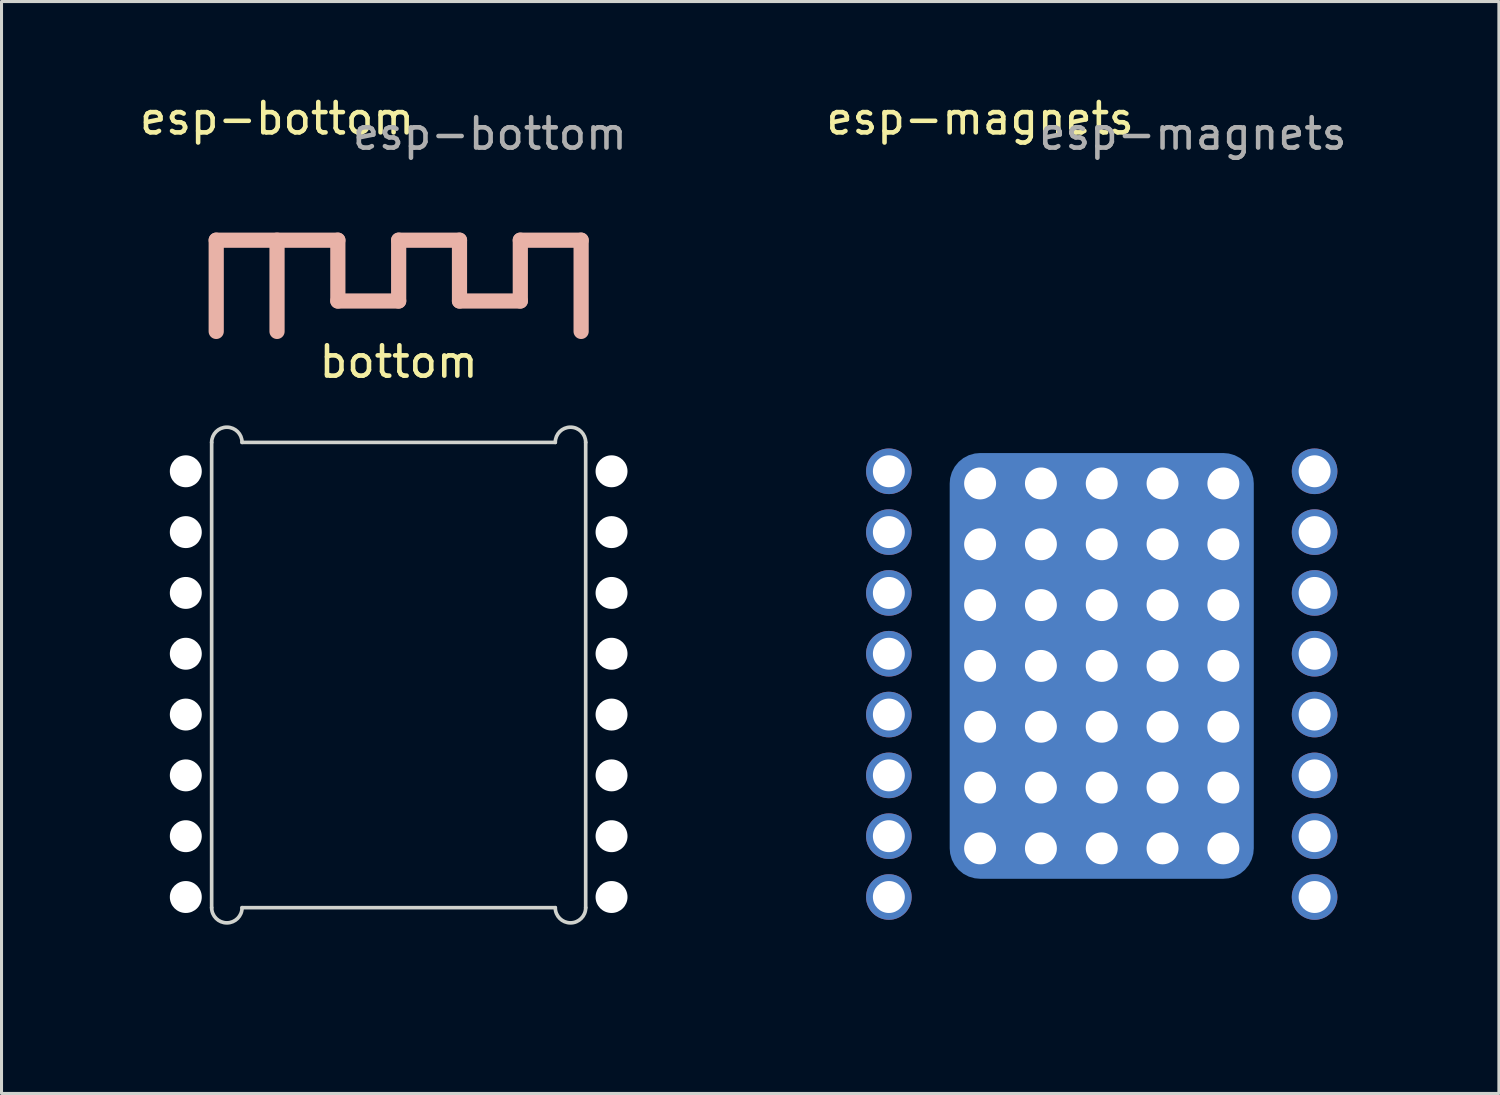
<source format=kicad_pcb>
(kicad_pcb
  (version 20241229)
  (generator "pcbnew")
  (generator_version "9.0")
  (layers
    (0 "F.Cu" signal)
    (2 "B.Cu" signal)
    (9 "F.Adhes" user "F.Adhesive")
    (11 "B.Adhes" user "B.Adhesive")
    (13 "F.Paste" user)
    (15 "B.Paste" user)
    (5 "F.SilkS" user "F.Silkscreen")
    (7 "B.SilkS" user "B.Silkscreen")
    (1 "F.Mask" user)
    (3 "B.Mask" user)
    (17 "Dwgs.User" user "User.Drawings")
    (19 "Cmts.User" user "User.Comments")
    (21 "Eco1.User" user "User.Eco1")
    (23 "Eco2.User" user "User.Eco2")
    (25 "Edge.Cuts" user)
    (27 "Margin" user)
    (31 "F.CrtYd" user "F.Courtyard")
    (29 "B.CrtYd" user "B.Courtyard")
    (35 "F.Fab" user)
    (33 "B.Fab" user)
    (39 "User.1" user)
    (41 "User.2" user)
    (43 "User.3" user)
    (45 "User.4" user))
  (footprint "esp-bottom"
    (layer "F.Cu")
    (at 1.06 2.848)
    (property "Reference" "esp-bottom" (at 5 -2 0) (unlocked yes) (layer "F.SilkS") (effects (font (size 1 1) (thickness 0.15))))
    (attr through_hole)
    (fp_line (start 3 2) (end 7 2) (stroke (width 0.5) (type solid)) (layer "B.SilkS"))
    (fp_line (start 3 5) (end 3 2) (stroke (width 0.5) (type solid)) (layer "B.SilkS"))
    (fp_line (start 5 5) (end 5 2) (stroke (width 0.5) (type solid)) (layer "B.SilkS"))
    (fp_line (start 7 2) (end 7 4) (stroke (width 0.5) (type solid)) (layer "B.SilkS"))
    (fp_line (start 7 4) (end 9 4) (stroke (width 0.5) (type solid)) (layer "B.SilkS"))
    (fp_line (start 9 2) (end 11 2) (stroke (width 0.5) (type solid)) (layer "B.SilkS"))
    (fp_line (start 9 4) (end 9 2) (stroke (width 0.5) (type solid)) (layer "B.SilkS"))
    (fp_line (start 11 2) (end 11 4) (stroke (width 0.5) (type solid)) (layer "B.SilkS"))
    (fp_line (start 11 4) (end 13 4) (stroke (width 0.5) (type solid)) (layer "B.SilkS"))
    (fp_line (start 13 2) (end 15 2) (stroke (width 0.5) (type solid)) (layer "B.SilkS"))
    (fp_line (start 13 4) (end 13 2) (stroke (width 0.5) (type solid)) (layer "B.SilkS"))
    (fp_line (start 15 2) (end 15 5) (stroke (width 0.5) (type solid)) (layer "B.SilkS"))
    (fp_line (start -1 0) (end 0 -1) (stroke (width 0.12) (type solid)) (layer "Eco1.User"))
    (fp_line (start -1 26) (end 0 25) (stroke (width 0.12) (type solid)) (layer "Eco1.User"))
    (fp_line (start 0 -1) (end 0 1) (stroke (width 0.12) (type solid)) (layer "Eco1.User"))
    (fp_line (start 0 25) (end 0 27) (stroke (width 0.12) (type solid)) (layer "Eco1.User"))
    (fp_line (start 1 0) (end -1 0) (stroke (width 0.12) (type solid)) (layer "Eco1.User"))
    (fp_line (start 1 26) (end -1 26) (stroke (width 0.12) (type solid)) (layer "Eco1.User"))
    (fp_line (start 9 11) (end 9 15) (stroke (width 0.12) (type solid)) (layer "Eco1.User"))
    (fp_line (start 11 13) (end 7 13) (stroke (width 0.12) (type solid)) (layer "Eco1.User"))
    (fp_line (start 17 0) (end 18 -1) (stroke (width 0.12) (type solid)) (layer "Eco1.User"))
    (fp_line (start 17 0) (end 19 0) (stroke (width 0.12) (type solid)) (layer "Eco1.User"))
    (fp_line (start 17 26) (end 18 25) (stroke (width 0.12) (type solid)) (layer "Eco1.User"))
    (fp_line (start 17 26) (end 19 26) (stroke (width 0.12) (type solid)) (layer "Eco1.User"))
    (fp_line (start 18 -1) (end 18 1) (stroke (width 0.12) (type solid)) (layer "Eco1.User"))
    (fp_line (start 18 25) (end 18 27) (stroke (width 0.12) (type solid)) (layer "Eco1.User"))
    (fp_rect (start 2.85 8.65) (end 15.15 23.95) (stroke (width 0.12) (type solid)) (fill no) (layer "Eco1.User"))
    (fp_line (start 2.85 8.65) (end 2.85 23.95) (stroke (width 0.12) (type solid)) (layer "Edge.Cuts"))
    (fp_line (start 3.85 23.95) (end 14.15 23.95) (stroke (width 0.12) (type solid)) (layer "Edge.Cuts"))
    (fp_line (start 14.15 8.65) (end 3.85 8.65) (stroke (width 0.12) (type solid)) (layer "Edge.Cuts"))
    (fp_line (start 15.15 23.95) (end 15.15 8.65) (stroke (width 0.12) (type solid)) (layer "Edge.Cuts"))
    (fp_arc (start 2.85 8.65) (mid 3.35 8.15) (end 3.85 8.65) (stroke (width 0.12) (type solid)) (layer "Edge.Cuts"))
    (fp_arc (start 3.85 23.95) (mid 3.35 24.45) (end 2.85 23.95) (stroke (width 0.12) (type solid)) (layer "Edge.Cuts"))
    (fp_arc (start 14.15 8.65) (mid 14.65 8.15) (end 15.15 8.65) (stroke (width 0.12) (type solid)) (layer "Edge.Cuts"))
    (fp_arc (start 15.15 23.95) (mid 14.65 24.45) (end 14.15 23.95) (stroke (width 0.12) (type solid)) (layer "Edge.Cuts"))
    (fp_text user "bottom" (at 9 6 0) (unlocked yes) (layer "F.SilkS") (effects (font (size 1 1) (thickness 0.15))))
    (fp_text user "${REFERENCE}" (at 12 -1.5 0) (unlocked yes) (layer "F.Fab") (effects (font (size 1 1) (thickness 0.15))))
    (pad "" np_thru_hole circle (at 2 9.6) (size 1.05 1.05) (drill 1.05) (layers "*.Cu" "*.Mask"))
    (pad "" np_thru_hole circle (at 2 11.6) (size 1.05 1.05) (drill 1.05) (layers "*.Cu" "*.Mask"))
    (pad "" np_thru_hole circle (at 2 13.6) (size 1.05 1.05) (drill 1.05) (layers "*.Cu" "*.Mask"))
    (pad "" np_thru_hole circle (at 2 15.6) (size 1.05 1.05) (drill 1.05) (layers "*.Cu" "*.Mask"))
    (pad "" np_thru_hole circle (at 2 17.6) (size 1.05 1.05) (drill 1.05) (layers "*.Cu" "*.Mask"))
    (pad "" np_thru_hole circle (at 2 19.6) (size 1.05 1.05) (drill 1.05) (layers "*.Cu" "*.Mask"))
    (pad "" np_thru_hole circle (at 2 21.6) (size 1.05 1.05) (drill 1.05) (layers "*.Cu" "*.Mask"))
    (pad "" np_thru_hole circle (at 2 23.6) (size 1.05 1.05) (drill 1.05) (layers "*.Cu" "*.Mask"))
    (pad "" np_thru_hole circle (at 16 9.6) (size 1.05 1.05) (drill 1.05) (layers "*.Cu" "*.Mask"))
    (pad "" np_thru_hole circle (at 16 11.6) (size 1.05 1.05) (drill 1.05) (layers "*.Cu" "*.Mask"))
    (pad "" np_thru_hole circle (at 16 13.6) (size 1.05 1.05) (drill 1.05) (layers "*.Cu" "*.Mask"))
    (pad "" np_thru_hole circle (at 16 15.6) (size 1.05 1.05) (drill 1.05) (layers "*.Cu" "*.Mask"))
    (pad "" np_thru_hole circle (at 16 17.6) (size 1.05 1.05) (drill 1.05) (layers "*.Cu" "*.Mask"))
    (pad "" np_thru_hole circle (at 16 19.6) (size 1.05 1.05) (drill 1.05) (layers "*.Cu" "*.Mask"))
    (pad "" np_thru_hole circle (at 16 21.6) (size 1.05 1.05) (drill 1.05) (layers "*.Cu" "*.Mask"))
    (pad "" np_thru_hole circle (at 16 23.6) (size 1.05 1.05) (drill 1.05) (layers "*.Cu" "*.Mask")))
  (footprint "esp-magnets"
    (layer "F.Cu")
    (at 24.18 2.848)
    (property "Reference" "esp-magnets" (at 5 -2 0) (unlocked yes) (layer "F.SilkS") (effects (font (size 1 1) (thickness 0.15))))
    (attr through_hole)
    (fp_line (start 0 -1) (end 0 1) (stroke (width 0.12) (type solid)) (layer "Eco1.User"))
    (fp_line (start 0 25) (end 0 27) (stroke (width 0.12) (type solid)) (layer "Eco1.User"))
    (fp_line (start 1 0) (end -1 0) (stroke (width 0.12) (type solid)) (layer "Eco1.User"))
    (fp_line (start 1 0) (end 0 1) (stroke (width 0.12) (type solid)) (layer "Eco1.User"))
    (fp_line (start 1 26) (end -1 26) (stroke (width 0.12) (type solid)) (layer "Eco1.User"))
    (fp_line (start 1 26) (end 0 27) (stroke (width 0.12) (type solid)) (layer "Eco1.User"))
    (fp_line (start 9 11) (end 9 15) (stroke (width 0.12) (type solid)) (layer "Eco1.User"))
    (fp_line (start 11 13) (end 7 13) (stroke (width 0.12) (type solid)) (layer "Eco1.User"))
    (fp_line (start 17 0) (end 19 0) (stroke (width 0.12) (type solid)) (layer "Eco1.User"))
    (fp_line (start 17 26) (end 19 26) (stroke (width 0.12) (type solid)) (layer "Eco1.User"))
    (fp_line (start 18 -1) (end 18 1) (stroke (width 0.12) (type solid)) (layer "Eco1.User"))
    (fp_line (start 18 25) (end 18 27) (stroke (width 0.12) (type solid)) (layer "Eco1.User"))
    (fp_line (start 19 0) (end 18 1) (stroke (width 0.12) (type solid)) (layer "Eco1.User"))
    (fp_line (start 19 26) (end 18 27) (stroke (width 0.12) (type solid)) (layer "Eco1.User"))
    (fp_rect (start 2.85 8.65) (end 15.15 23.95) (stroke (width 0.12) (type solid)) (fill no) (layer "Eco1.User"))
    (fp_text user "${REFERENCE}" (at 12 -1.5 0) (unlocked yes) (layer "F.Fab") (effects (font (size 1 1) (thickness 0.15))))
    (pad "" thru_hole circle (at 5 10) (size 1.5 1.5) (drill 1.05) (layers "*.Cu" "*.Mask"))
    (pad "" thru_hole circle (at 5 12) (size 1.5 1.5) (drill 1.05) (layers "*.Cu" "*.Mask"))
    (pad "" thru_hole circle (at 5 14) (size 1.5 1.5) (drill 1.05) (layers "*.Cu" "*.Mask"))
    (pad "" thru_hole circle (at 5 16) (size 1.5 1.5) (drill 1.05) (layers "*.Cu" "*.Mask"))
    (pad "" thru_hole circle (at 5 18) (size 1.5 1.5) (drill 1.05) (layers "*.Cu" "*.Mask"))
    (pad "" thru_hole circle (at 5 20) (size 1.5 1.5) (drill 1.05) (layers "*.Cu" "*.Mask"))
    (pad "" thru_hole circle (at 5 22) (size 1.5 1.5) (drill 1.05) (layers "*.Cu" "*.Mask"))
    (pad "" thru_hole circle (at 7 10) (size 1.5 1.5) (drill 1.05) (layers "*.Cu" "*.Mask"))
    (pad "" thru_hole circle (at 7 12) (size 1.5 1.5) (drill 1.05) (layers "*.Cu" "*.Mask"))
    (pad "" thru_hole circle (at 7 14) (size 1.5 1.5) (drill 1.05) (layers "*.Cu" "*.Mask"))
    (pad "" thru_hole circle (at 7 16) (size 1.5 1.5) (drill 1.05) (layers "*.Cu" "*.Mask"))
    (pad "" thru_hole circle (at 7 18) (size 1.5 1.5) (drill 1.05) (layers "*.Cu" "*.Mask"))
    (pad "" thru_hole circle (at 7 20) (size 1.5 1.5) (drill 1.05) (layers "*.Cu" "*.Mask"))
    (pad "" thru_hole circle (at 7 22) (size 1.5 1.5) (drill 1.05) (layers "*.Cu" "*.Mask"))
    (pad "" thru_hole circle (at 9 10) (size 1.5 1.5) (drill 1.05) (layers "*.Cu" "*.Mask"))
    (pad "" thru_hole circle (at 9 12) (size 1.5 1.5) (drill 1.05) (layers "*.Cu" "*.Mask"))
    (pad "" thru_hole circle (at 9 14) (size 1.5 1.5) (drill 1.05) (layers "*.Cu" "*.Mask"))
    (pad "" thru_hole circle (at 9 16) (size 1.5 1.5) (drill 1.05) (layers "*.Cu" "*.Mask"))
    (pad "" smd roundrect (at 9 16) (size 10 14) (layers "B.Cu" "B.Mask") (roundrect_rratio 0.1))
    (pad "" thru_hole circle (at 9 18) (size 1.5 1.5) (drill 1.05) (layers "*.Cu" "*.Mask"))
    (pad "" thru_hole circle (at 9 20) (size 1.5 1.5) (drill 1.05) (layers "*.Cu" "*.Mask"))
    (pad "" thru_hole circle (at 9 22) (size 1.5 1.5) (drill 1.05) (layers "*.Cu" "*.Mask"))
    (pad "" thru_hole circle (at 11 10) (size 1.5 1.5) (drill 1.05) (layers "*.Cu" "*.Mask"))
    (pad "" thru_hole circle (at 11 12) (size 1.5 1.5) (drill 1.05) (layers "*.Cu" "*.Mask"))
    (pad "" thru_hole circle (at 11 14) (size 1.5 1.5) (drill 1.05) (layers "*.Cu" "*.Mask"))
    (pad "" thru_hole circle (at 11 16) (size 1.5 1.5) (drill 1.05) (layers "*.Cu" "*.Mask"))
    (pad "" thru_hole circle (at 11 18) (size 1.5 1.5) (drill 1.05) (layers "*.Cu" "*.Mask"))
    (pad "" thru_hole circle (at 11 20) (size 1.5 1.5) (drill 1.05) (layers "*.Cu" "*.Mask"))
    (pad "" thru_hole circle (at 11 22) (size 1.5 1.5) (drill 1.05) (layers "*.Cu" "*.Mask"))
    (pad "" thru_hole circle (at 13 10) (size 1.5 1.5) (drill 1.05) (layers "*.Cu" "*.Mask"))
    (pad "" thru_hole circle (at 13 12) (size 1.5 1.5) (drill 1.05) (layers "*.Cu" "*.Mask"))
    (pad "" thru_hole circle (at 13 14) (size 1.5 1.5) (drill 1.05) (layers "*.Cu" "*.Mask"))
    (pad "" thru_hole circle (at 13 16) (size 1.5 1.5) (drill 1.05) (layers "*.Cu" "*.Mask"))
    (pad "" thru_hole circle (at 13 18) (size 1.5 1.5) (drill 1.05) (layers "*.Cu" "*.Mask"))
    (pad "" thru_hole circle (at 13 20) (size 1.5 1.5) (drill 1.05) (layers "*.Cu" "*.Mask"))
    (pad "" thru_hole circle (at 13 22) (size 1.5 1.5) (drill 1.05) (layers "*.Cu" "*.Mask"))
    (pad "1" thru_hole circle (at 2 9.6) (size 1.5 1.5) (drill 1.05) (layers "*.Cu" "*.Mask"))
    (pad "2" thru_hole circle (at 2 11.6) (size 1.5 1.5) (drill 1.05) (layers "*.Cu" "*.Mask"))
    (pad "3" thru_hole circle (at 2 13.6) (size 1.5 1.5) (drill 1.05) (layers "*.Cu" "*.Mask"))
    (pad "4" thru_hole circle (at 2 15.6) (size 1.5 1.5) (drill 1.05) (layers "*.Cu" "*.Mask"))
    (pad "5" thru_hole circle (at 2 17.6) (size 1.5 1.5) (drill 1.05) (layers "*.Cu" "*.Mask"))
    (pad "6" thru_hole circle (at 2 19.6) (size 1.5 1.5) (drill 1.05) (layers "*.Cu" "*.Mask"))
    (pad "7" thru_hole circle (at 2 21.6) (size 1.5 1.5) (drill 1.05) (layers "*.Cu" "*.Mask"))
    (pad "8" thru_hole circle (at 2 23.6) (size 1.5 1.5) (drill 1.05) (layers "*.Cu" "*.Mask"))
    (pad "9" thru_hole circle (at 16 23.6) (size 1.5 1.5) (drill 1.05) (layers "*.Cu" "*.Mask"))
    (pad "10" thru_hole circle (at 16 21.6) (size 1.5 1.5) (drill 1.05) (layers "*.Cu" "*.Mask"))
    (pad "11" thru_hole circle (at 16 19.6) (size 1.5 1.5) (drill 1.05) (layers "*.Cu" "*.Mask"))
    (pad "12" thru_hole circle (at 16 17.6) (size 1.5 1.5) (drill 1.05) (layers "*.Cu" "*.Mask"))
    (pad "13" thru_hole circle (at 16 15.6) (size 1.5 1.5) (drill 1.05) (layers "*.Cu" "*.Mask"))
    (pad "14" thru_hole circle (at 16 13.6) (size 1.5 1.5) (drill 1.05) (layers "*.Cu" "*.Mask"))
    (pad "15" thru_hole circle (at 16 11.6) (size 1.5 1.5) (drill 1.05) (layers "*.Cu" "*.Mask"))
    (pad "16" thru_hole circle (at 16 9.6) (size 1.5 1.5) (drill 1.05) (layers "*.Cu" "*.Mask")))
  (gr_rect
    (start -3 -3)
    (end 46.24 32.908)
    (stroke (width 0.1) (type default))
    (fill no)
    (layer "Edge.Cuts")))
</source>
